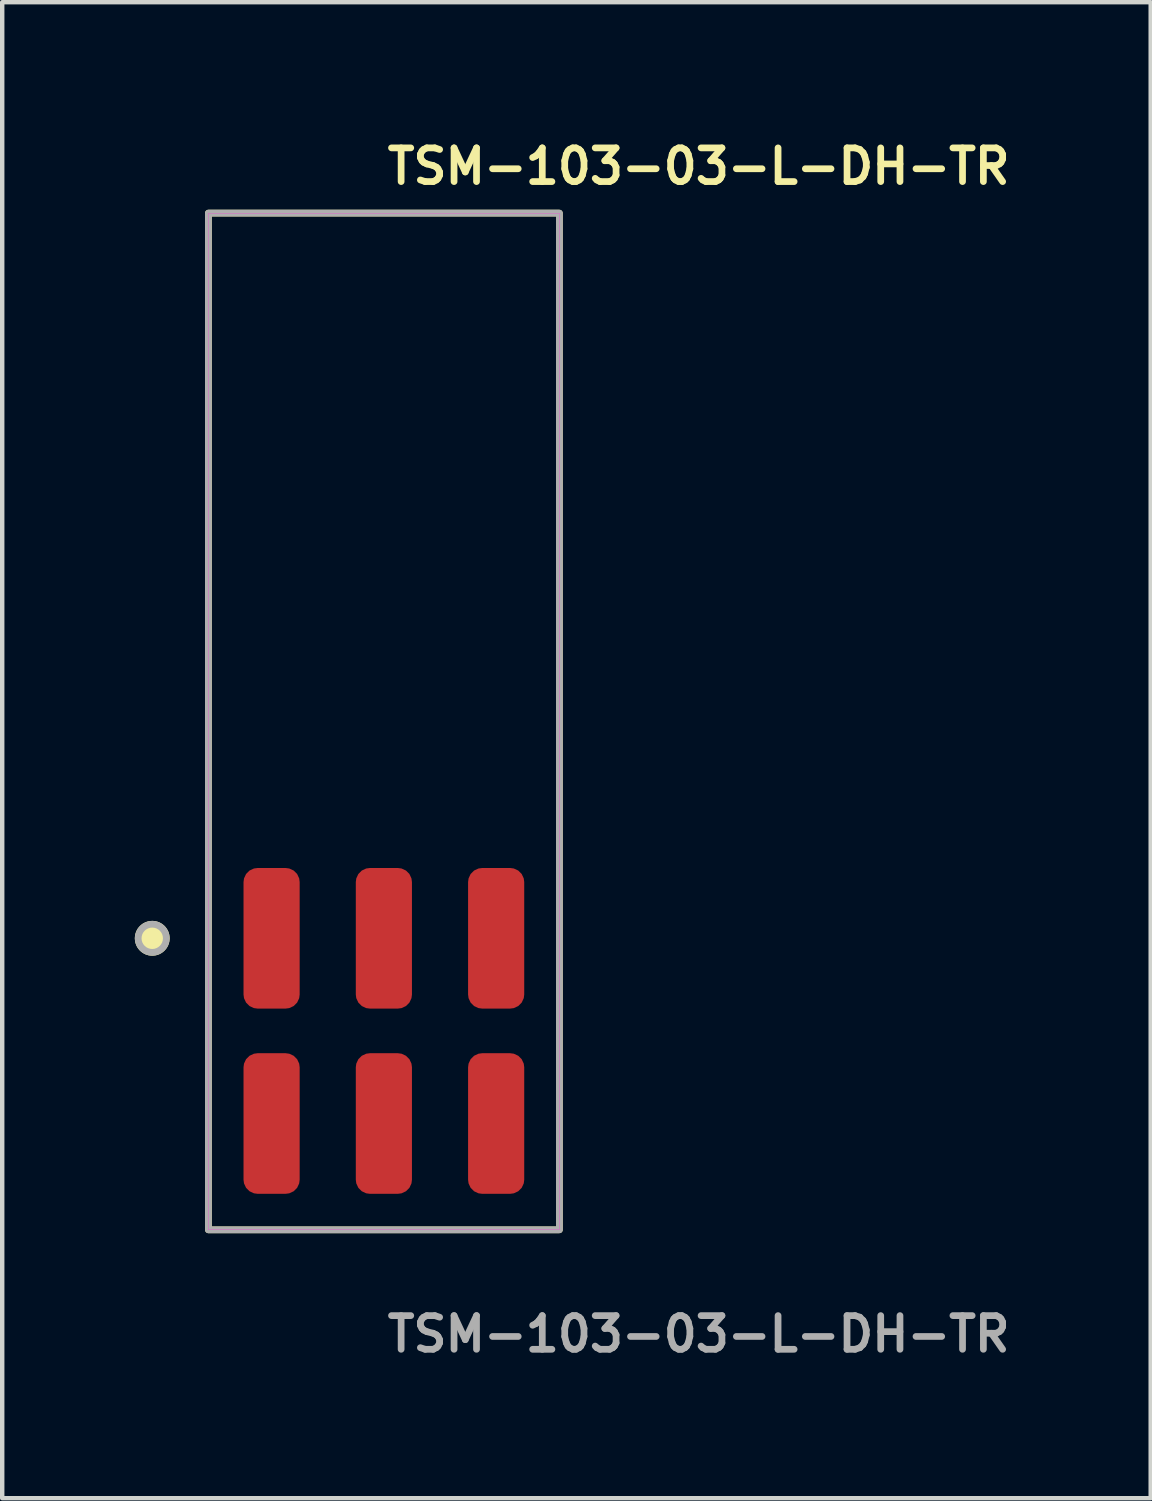
<source format=kicad_pcb>
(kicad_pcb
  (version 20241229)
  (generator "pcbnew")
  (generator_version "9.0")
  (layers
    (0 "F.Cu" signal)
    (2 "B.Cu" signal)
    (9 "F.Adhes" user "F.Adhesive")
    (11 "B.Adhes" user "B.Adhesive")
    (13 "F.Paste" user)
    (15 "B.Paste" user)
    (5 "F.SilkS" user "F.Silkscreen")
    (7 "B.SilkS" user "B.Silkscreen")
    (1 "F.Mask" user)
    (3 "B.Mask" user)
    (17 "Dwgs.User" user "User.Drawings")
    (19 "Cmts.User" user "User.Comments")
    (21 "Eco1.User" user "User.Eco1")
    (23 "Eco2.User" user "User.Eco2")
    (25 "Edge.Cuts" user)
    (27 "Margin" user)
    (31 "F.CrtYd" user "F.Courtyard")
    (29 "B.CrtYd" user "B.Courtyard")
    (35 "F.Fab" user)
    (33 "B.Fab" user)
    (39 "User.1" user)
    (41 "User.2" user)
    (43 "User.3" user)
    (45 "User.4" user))
  (footprint "TSM-103-03-L-DH-TR"
    (layer "F.Cu")
    (at 5.634 20.271)
    (property "Reference" "TSM-103-03-L-DH-TR" (at 0 -19.558 0) (unlocked yes) (layer "F.SilkS") (effects (font (size 0.762 0.762) (thickness 0.152)) (justify left)))
    (fp_rect (start -3.97 4.5) (end 3.97 -18.5) (stroke (width 0.152) (type solid)) (fill no) (layer "F.SilkS"))
    (fp_circle (center -5.24 -2.095) (end -5.558 -2.095) (stroke (width 0.152) (type solid)) (fill yes) (layer "F.SilkS"))
    (fp_rect (start -3.97 4.5) (end 3.97 -18.5) (stroke (width 0.006) (type solid)) (fill no) (layer "F.CrtYd"))
    (fp_rect (start -3.97 4.5) (end 3.97 -18.5) (stroke (width 0.152) (type solid)) (fill no) (layer "F.Fab"))
    (fp_circle (center -5.24 -2.095) (end -5.558 -2.095) (stroke (width 0.152) (type solid)) (fill no) (layer "F.Fab"))
    (fp_text user "${REFERENCE}" (at 0 6.858 0) (unlocked yes) (layer "F.Fab") (effects (font (size 0.762 0.762) (thickness 0.152)) (justify left)))
    (pad "1" smd roundrect (at -2.54 2.095) (size 1.27 3.18) (layers "F.Cu" "F.Paste") (roundrect_rratio 0.25))
    (pad "2" smd roundrect (at -2.54 -2.095) (size 1.27 3.18) (layers "F.Cu" "F.Paste") (roundrect_rratio 0.25))
    (pad "3" smd roundrect (at 0 2.095) (size 1.27 3.18) (layers "F.Cu" "F.Paste") (roundrect_rratio 0.25))
    (pad "4" smd roundrect (at 0 -2.095) (size 1.27 3.18) (layers "F.Cu" "F.Paste") (roundrect_rratio 0.25))
    (pad "5" smd roundrect (at 2.54 2.095) (size 1.27 3.18) (layers "F.Cu" "F.Paste") (roundrect_rratio 0.25))
    (pad "6" smd roundrect (at 2.54 -2.095) (size 1.27 3.18) (layers "F.Cu" "F.Paste") (roundrect_rratio 0.25)))
  (gr_rect
    (start -3 -3)
    (end 22.981 30.842)
    (stroke (width 0.1) (type default))
    (fill no)
    (layer "Edge.Cuts")))
</source>
